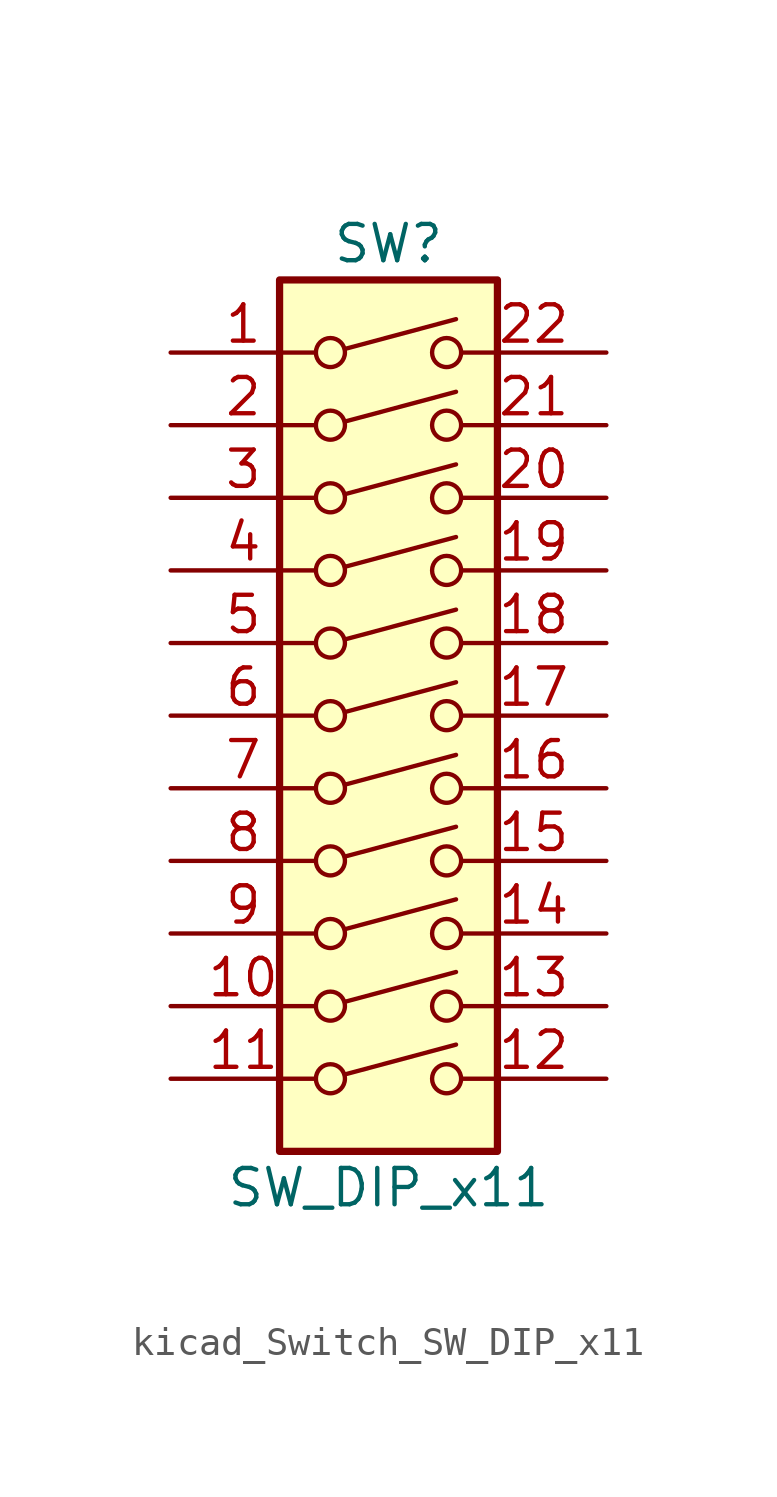
<source format=kicad_sym>
(kicad_symbol_lib
  (version 20220914)
  (generator kicad_symbol_editor)
  (symbol "kicad_Switch_SW_DIP_x11"
    (pin_names
      (offset 0) hide)
    (property "Reference" "SW"
      (at 0 19.05 0)
      (effects (font (size 1.27 1.27))))
    (property "Value" "SW_DIP_x11"
      (at 0 -13.97 0)
      (effects (font (size 1.27 1.27))))
    (symbol "kicad_Switch_SW_DIP_x11_0_0"
      (circle (center -2.032 -10.16) (radius 0.508) (stroke (width 0) (type default)) (fill (type none)))
      (circle (center -2.032 -7.62) (radius 0.508) (stroke (width 0) (type default)) (fill (type none)))
      (circle (center -2.032 -5.08) (radius 0.508) (stroke (width 0) (type default)) (fill (type none)))
      (circle (center -2.032 -2.54) (radius 0.508) (stroke (width 0) (type default)) (fill (type none)))
      (circle (center -2.032 0) (radius 0.508) (stroke (width 0) (type default)) (fill (type none)))
      (circle (center -2.032 2.54) (radius 0.508) (stroke (width 0) (type default)) (fill (type none)))
      (circle (center -2.032 5.08) (radius 0.508) (stroke (width 0) (type default)) (fill (type none)))
      (circle (center -2.032 7.62) (radius 0.508) (stroke (width 0) (type default)) (fill (type none)))
      (circle (center -2.032 10.16) (radius 0.508) (stroke (width 0) (type default)) (fill (type none)))
      (circle (center -2.032 12.7) (radius 0.508) (stroke (width 0) (type default)) (fill (type none)))
      (circle (center -2.032 15.24) (radius 0.508) (stroke (width 0) (type default)) (fill (type none)))
      (polyline (pts (xy -1.524 -10.008) (xy 2.362 -8.966)) (stroke (width 0) (type default)) (fill (type none)))
      (polyline (pts (xy -1.524 -7.468) (xy 2.362 -6.426)) (stroke (width 0) (type default)) (fill (type none)))
      (polyline (pts (xy -1.524 -4.928) (xy 2.362 -3.886)) (stroke (width 0) (type default)) (fill (type none)))
      (polyline (pts (xy -1.524 -2.388) (xy 2.362 -1.346)) (stroke (width 0) (type default)) (fill (type none)))
      (polyline (pts (xy -1.524 0.127) (xy 2.362 1.168)) (stroke (width 0) (type default)) (fill (type none)))
      (polyline (pts (xy -1.524 2.667) (xy 2.362 3.708)) (stroke (width 0) (type default)) (fill (type none)))
      (polyline (pts (xy -1.524 5.207) (xy 2.362 6.248)) (stroke (width 0) (type default)) (fill (type none)))
      (polyline (pts (xy -1.524 7.747) (xy 2.362 8.788)) (stroke (width 0) (type default)) (fill (type none)))
      (polyline (pts (xy -1.524 10.287) (xy 2.362 11.328)) (stroke (width 0) (type default)) (fill (type none)))
      (polyline (pts (xy -1.524 12.827) (xy 2.362 13.868)) (stroke (width 0) (type default)) (fill (type none)))
      (polyline (pts (xy -1.524 15.367) (xy 2.362 16.408)) (stroke (width 0) (type default)) (fill (type none)))
      (circle (center 2.032 -10.16) (radius 0.508) (stroke (width 0) (type default)) (fill (type none)))
      (circle (center 2.032 -7.62) (radius 0.508) (stroke (width 0) (type default)) (fill (type none)))
      (circle (center 2.032 -5.08) (radius 0.508) (stroke (width 0) (type default)) (fill (type none)))
      (circle (center 2.032 -2.54) (radius 0.508) (stroke (width 0) (type default)) (fill (type none)))
      (circle (center 2.032 0) (radius 0.508) (stroke (width 0) (type default)) (fill (type none)))
      (circle (center 2.032 2.54) (radius 0.508) (stroke (width 0) (type default)) (fill (type none)))
      (circle (center 2.032 5.08) (radius 0.508) (stroke (width 0) (type default)) (fill (type none)))
      (circle (center 2.032 7.62) (radius 0.508) (stroke (width 0) (type default)) (fill (type none)))
      (circle (center 2.032 10.16) (radius 0.508) (stroke (width 0) (type default)) (fill (type none)))
      (circle (center 2.032 12.7) (radius 0.508) (stroke (width 0) (type default)) (fill (type none)))
      (circle (center 2.032 15.24) (radius 0.508) (stroke (width 0) (type default)) (fill (type none))))
    (symbol "kicad_Switch_SW_DIP_x11_0_1"
      (rectangle (start -3.81 17.78) (end 3.81 -12.7) (stroke (width 0.254) (type default)) (fill (type background))))
    (symbol "kicad_Switch_SW_DIP_x11_1_1"
      (pin passive line (at -7.62 15.24 0) (length 5.08) (name "~" (effects (font (size 1.27 1.27)))) (number "1" (effects (font (size 1.27 1.27)))))
      (pin passive line (at -7.62 -7.62 0) (length 5.08) (name "~" (effects (font (size 1.27 1.27)))) (number "10" (effects (font (size 1.27 1.27)))))
      (pin passive line (at -7.62 -10.16 0) (length 5.08) (name "~" (effects (font (size 1.27 1.27)))) (number "11" (effects (font (size 1.27 1.27)))))
      (pin passive line (at 7.62 -10.16 180) (length 5.08) (name "~" (effects (font (size 1.27 1.27)))) (number "12" (effects (font (size 1.27 1.27)))))
      (pin passive line (at 7.62 -7.62 180) (length 5.08) (name "~" (effects (font (size 1.27 1.27)))) (number "13" (effects (font (size 1.27 1.27)))))
      (pin passive line (at 7.62 -5.08 180) (length 5.08) (name "~" (effects (font (size 1.27 1.27)))) (number "14" (effects (font (size 1.27 1.27)))))
      (pin passive line (at 7.62 -2.54 180) (length 5.08) (name "~" (effects (font (size 1.27 1.27)))) (number "15" (effects (font (size 1.27 1.27)))))
      (pin passive line (at 7.62 0 180) (length 5.08) (name "~" (effects (font (size 1.27 1.27)))) (number "16" (effects (font (size 1.27 1.27)))))
      (pin passive line (at 7.62 2.54 180) (length 5.08) (name "~" (effects (font (size 1.27 1.27)))) (number "17" (effects (font (size 1.27 1.27)))))
      (pin passive line (at 7.62 5.08 180) (length 5.08) (name "~" (effects (font (size 1.27 1.27)))) (number "18" (effects (font (size 1.27 1.27)))))
      (pin passive line (at 7.62 7.62 180) (length 5.08) (name "~" (effects (font (size 1.27 1.27)))) (number "19" (effects (font (size 1.27 1.27)))))
      (pin passive line (at -7.62 12.7 0) (length 5.08) (name "~" (effects (font (size 1.27 1.27)))) (number "2" (effects (font (size 1.27 1.27)))))
      (pin passive line (at 7.62 10.16 180) (length 5.08) (name "~" (effects (font (size 1.27 1.27)))) (number "20" (effects (font (size 1.27 1.27)))))
      (pin passive line (at 7.62 12.7 180) (length 5.08) (name "~" (effects (font (size 1.27 1.27)))) (number "21" (effects (font (size 1.27 1.27)))))
      (pin passive line (at 7.62 15.24 180) (length 5.08) (name "~" (effects (font (size 1.27 1.27)))) (number "22" (effects (font (size 1.27 1.27)))))
      (pin passive line (at -7.62 10.16 0) (length 5.08) (name "~" (effects (font (size 1.27 1.27)))) (number "3" (effects (font (size 1.27 1.27)))))
      (pin passive line (at -7.62 7.62 0) (length 5.08) (name "~" (effects (font (size 1.27 1.27)))) (number "4" (effects (font (size 1.27 1.27)))))
      (pin passive line (at -7.62 5.08 0) (length 5.08) (name "~" (effects (font (size 1.27 1.27)))) (number "5" (effects (font (size 1.27 1.27)))))
      (pin passive line (at -7.62 2.54 0) (length 5.08) (name "~" (effects (font (size 1.27 1.27)))) (number "6" (effects (font (size 1.27 1.27)))))
      (pin passive line (at -7.62 0 0) (length 5.08) (name "~" (effects (font (size 1.27 1.27)))) (number "7" (effects (font (size 1.27 1.27)))))
      (pin passive line (at -7.62 -2.54 0) (length 5.08) (name "~" (effects (font (size 1.27 1.27)))) (number "8" (effects (font (size 1.27 1.27)))))
      (pin passive line (at -7.62 -5.08 0) (length 5.08) (name "~" (effects (font (size 1.27 1.27)))) (number "9" (effects (font (size 1.27 1.27))))))))
</source>
